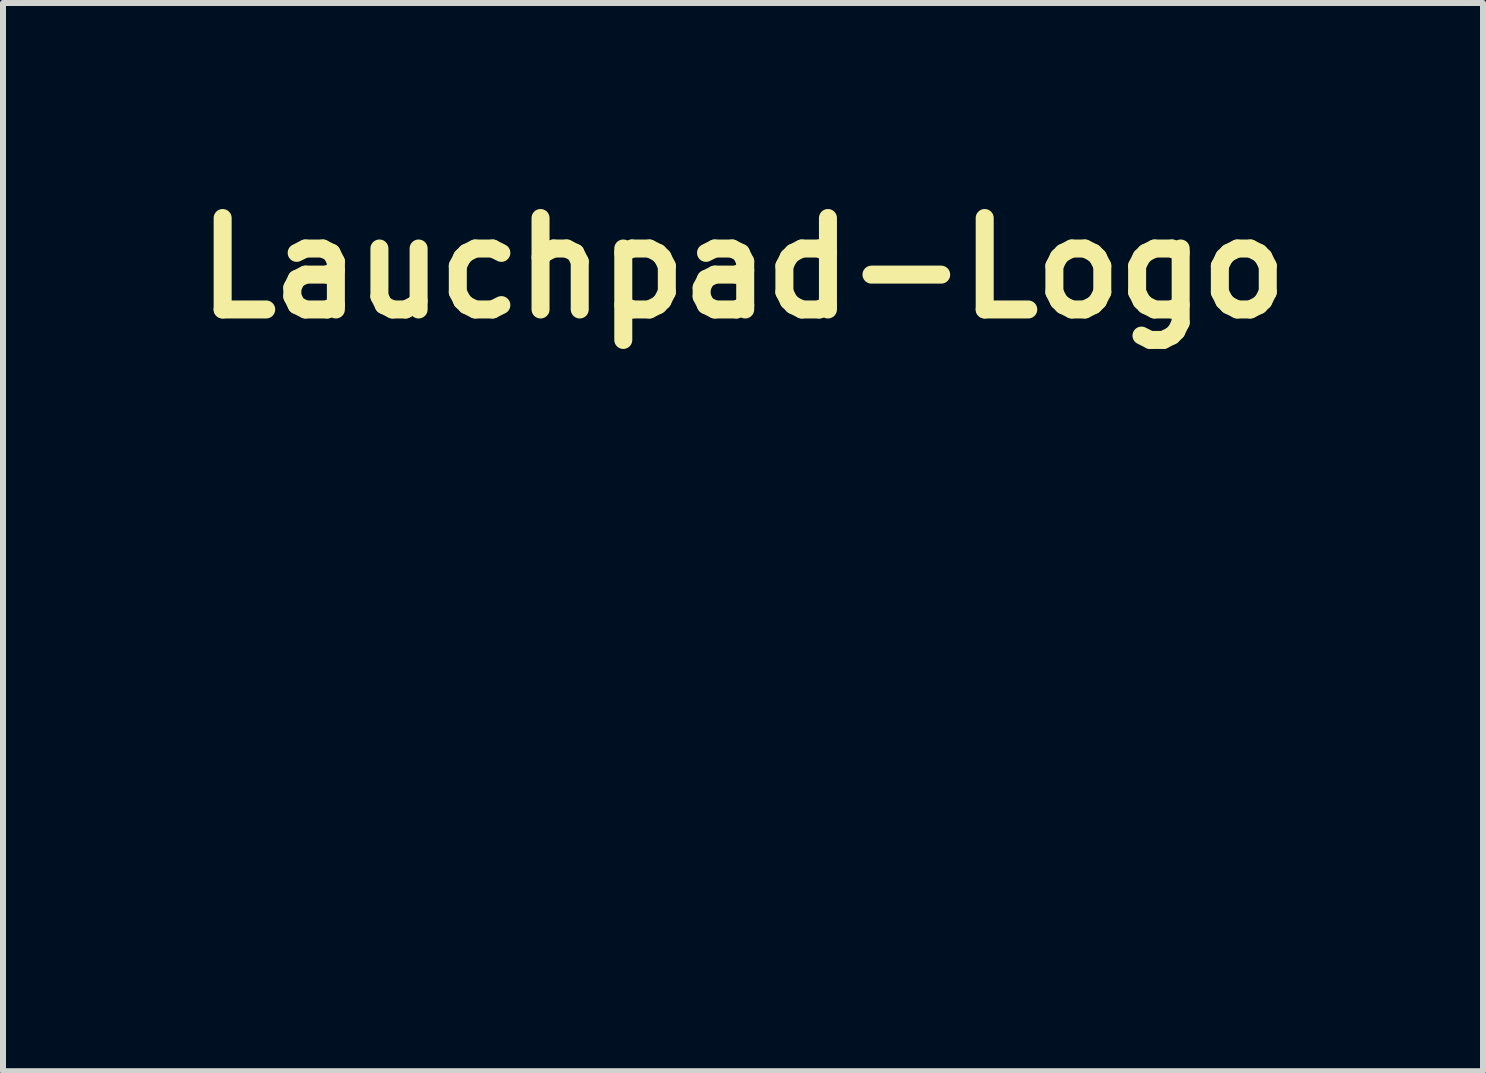
<source format=kicad_pcb>
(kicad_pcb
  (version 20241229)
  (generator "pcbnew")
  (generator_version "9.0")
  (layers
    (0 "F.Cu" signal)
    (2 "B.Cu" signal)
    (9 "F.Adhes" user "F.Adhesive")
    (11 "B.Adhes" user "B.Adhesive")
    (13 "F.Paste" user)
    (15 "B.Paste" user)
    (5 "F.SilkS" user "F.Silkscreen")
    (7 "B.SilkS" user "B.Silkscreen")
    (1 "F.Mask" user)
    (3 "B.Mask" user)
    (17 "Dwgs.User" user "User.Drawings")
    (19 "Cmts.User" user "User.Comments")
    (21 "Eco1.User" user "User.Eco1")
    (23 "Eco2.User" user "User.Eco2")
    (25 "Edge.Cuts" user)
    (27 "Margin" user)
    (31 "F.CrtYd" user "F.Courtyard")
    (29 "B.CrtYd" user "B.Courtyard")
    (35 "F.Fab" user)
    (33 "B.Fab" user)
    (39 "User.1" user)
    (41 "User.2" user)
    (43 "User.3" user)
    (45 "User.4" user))
  (footprint "Lauchpad-Logo"
    (layer "F.Cu")
    (at 9.133 6.718)
    (property "Reference" "Lauchpad-Logo" (at 0.2 -5.3 0) (layer "F.SilkS") (effects (font (size 1.524 1.524) (thickness 0.3))))
    (attr exclude_from_pos_files exclude_from_bom)
    (fp_poly (pts (xy 0.1 0.693) (xy 0.313 0.856) (xy 0.518 1.045) (xy 1.053 1.526) (xy 1.624 1.956) (xy 2.274 2.366) (xy 2.986 2.756) (xy 3.348 2.95) (xy 3.643 3.119) (xy 3.844 3.248) (xy 3.925 3.322) (xy 3.924 3.329) (xy 3.873 3.368) (xy 3.804 3.375) (xy 3.683 3.338) (xy 3.477 3.248) (xy 3.154 3.095) (xy 3.13 3.084) (xy 2.564 2.784) (xy 1.964 2.418) (xy 1.376 2.016) (xy 0.849 1.611) (xy 0.427 1.236) (xy 0.394 1.202) (xy 0.135 0.918) (xy 0.004 0.732) (xy -0.005 0.655) (xy 0.1 0.693)) (stroke (width 0.01) (type solid)) (fill yes) (layer "B.Mask"))
    (fp_poly (pts (xy -0.343 -0.631) (xy -0.159 -0.571) (xy 0.123 -0.46) (xy 0.525 -0.292) (xy 0.897 -0.133) (xy 1.758 0.257) (xy 2.52 0.654) (xy 3.249 1.097) (xy 3.937 1.567) (xy 4.266 1.813) (xy 4.625 2.099) (xy 4.993 2.405) (xy 5.343 2.709) (xy 5.652 2.99) (xy 5.897 3.228) (xy 6.052 3.399) (xy 6.096 3.477) (xy 6.046 3.549) (xy 5.897 3.486) (xy 5.647 3.288) (xy 5.376 3.034) (xy 4.963 2.657) (xy 4.454 2.235) (xy 3.901 1.808) (xy 3.355 1.417) (xy 2.867 1.099) (xy 2.836 1.08) (xy 2.393 0.83) (xy 1.864 0.555) (xy 1.3 0.278) (xy 0.752 0.025) (xy 0.27 -0.18) (xy 0.05 -0.264) (xy -0.227 -0.378) (xy -0.426 -0.489) (xy -0.508 -0.573) (xy -0.508 -0.576) (xy -0.497 -0.628) (xy -0.448 -0.648) (xy -0.343 -0.631)) (stroke (width 0.01) (type solid)) (fill yes) (layer "B.Mask"))
    (fp_poly (pts (xy 1.207 -0.726) (xy 1.564 -0.626) (xy 1.986 -0.478) (xy 2.433 -0.295) (xy 2.833 -0.109) (xy 4.038 0.582) (xy 5.196 1.419) (xy 6.28 2.379) (xy 7.265 3.439) (xy 7.915 4.276) (xy 8.14 4.601) (xy 8.268 4.814) (xy 8.306 4.934) (xy 8.266 4.98) (xy 8.093 4.977) (xy 7.798 4.934) (xy 7.421 4.86) (xy 7.004 4.763) (xy 6.585 4.653) (xy 6.206 4.538) (xy 6.162 4.523) (xy 5.831 4.411) (xy 5.633 4.349) (xy 5.541 4.335) (xy 5.528 4.369) (xy 5.566 4.446) (xy 5.585 4.482) (xy 5.646 4.661) (xy 5.671 4.863) (xy 5.656 5.023) (xy 5.609 5.079) (xy 5.509 5.053) (xy 5.281 4.982) (xy 4.959 4.878) (xy 4.576 4.751) (xy 4.545 4.741) (xy 3.576 4.371) (xy 2.637 3.931) (xy 1.779 3.445) (xy 1.196 3.049) (xy 0.951 2.852) (xy 0.65 2.586) (xy 0.313 2.273) (xy -0.036 1.936) (xy -0.376 1.597) (xy -0.682 1.279) (xy -0.934 1.004) (xy -1.109 0.794) (xy -1.184 0.673) (xy -1.185 0.664) (xy -1.139 0.593) (xy -1.002 0.663) (xy -0.774 0.872) (xy -0.458 1.22) (xy -0.431 1.252) (xy 0.409 2.119) (xy 1.362 2.901) (xy 2.388 3.57) (xy 3.397 4.075) (xy 3.834 4.254) (xy 4.268 4.418) (xy 4.669 4.559) (xy 5.01 4.666) (xy 5.264 4.732) (xy 5.402 4.746) (xy 5.419 4.733) (xy 5.383 4.612) (xy 5.293 4.406) (xy 5.25 4.319) (xy 5.163 4.11) (xy 5.142 3.968) (xy 5.156 3.942) (xy 5.267 3.95) (xy 5.48 4.018) (xy 5.699 4.11) (xy 5.947 4.209) (xy 6.28 4.322) (xy 6.659 4.438) (xy 7.046 4.547) (xy 7.402 4.638) (xy 7.689 4.7) (xy 7.867 4.723) (xy 7.898 4.719) (xy 7.901 4.642) (xy 7.801 4.463) (xy 7.612 4.201) (xy 7.349 3.875) (xy 7.027 3.503) (xy 6.662 3.104) (xy 6.268 2.696) (xy 6.191 2.619) (xy 5.268 1.769) (xy 4.322 1.029) (xy 3.371 0.41) (xy 2.433 -0.075) (xy 1.527 -0.416) (xy 1.206 -0.503) (xy 0.94 -0.584) (xy 0.791 -0.663) (xy 0.772 -0.727) (xy 0.897 -0.76) (xy 0.96 -0.762) (xy 1.207 -0.726)) (stroke (width 0.01) (type solid)) (fill yes) (layer "B.Mask"))
    (fp_poly (pts (xy -7.451 -5.053) (xy -6.93 -4.965) (xy -6.307 -4.788) (xy -5.615 -4.533) (xy -4.885 -4.215) (xy -4.149 -3.846) (xy -3.44 -3.439) (xy -3.306 -3.356) (xy -3.018 -3.179) (xy -2.805 -3.077) (xy -2.603 -3.032) (xy -2.347 -3.026) (xy -2.115 -3.035) (xy -1.654 -3.034) (xy -1.269 -2.975) (xy -0.993 -2.893) (xy -0.681 -2.761) (xy -0.335 -2.581) (xy 0.015 -2.371) (xy 0.343 -2.151) (xy 0.621 -1.939) (xy 0.822 -1.755) (xy 0.92 -1.618) (xy 0.913 -1.562) (xy 0.812 -1.553) (xy 0.594 -1.573) (xy 0.319 -1.617) (xy -0.094 -1.676) (xy -0.391 -1.664) (xy -0.612 -1.566) (xy -0.802 -1.368) (xy -0.924 -1.184) (xy -1.065 -0.944) (xy -1.16 -0.76) (xy -1.185 -0.686) (xy -1.119 -0.608) (xy -0.944 -0.468) (xy -0.695 -0.293) (xy -0.635 -0.254) (xy -0.374 -0.076) (xy -0.18 0.073) (xy -0.088 0.165) (xy -0.085 0.174) (xy -0.137 0.279) (xy -0.297 0.277) (xy -0.573 0.165) (xy -0.855 0.012) (xy -1.447 -0.33) (xy -1.739 0.127) (xy -1.894 0.401) (xy -2 0.649) (xy -2.032 0.793) (xy -1.977 0.973) (xy -1.829 1.228) (xy -1.651 1.468) (xy -1.464 1.705) (xy -1.328 1.888) (xy -1.27 1.981) (xy -1.27 1.984) (xy -1.338 2.034) (xy -1.537 1.993) (xy -1.854 1.864) (xy -2.232 1.676) (xy -2.78 1.345) (xy -3.263 0.973) (xy -3.661 0.58) (xy -3.953 0.188) (xy -4.119 -0.18) (xy -4.133 -0.275) (xy -3.961 -0.275) (xy -3.874 -0.075) (xy -3.721 0.178) (xy -3.527 0.446) (xy -3.314 0.693) (xy -3.201 0.803) (xy -2.978 0.986) (xy -2.705 1.186) (xy -2.414 1.382) (xy -2.135 1.556) (xy -1.901 1.687) (xy -1.743 1.755) (xy -1.693 1.747) (xy -1.741 1.669) (xy -1.863 1.505) (xy -1.947 1.397) (xy -2.113 1.115) (xy -2.199 0.812) (xy -2.198 0.542) (xy -2.116 0.371) (xy -2.13 0.298) (xy -2.308 0.205) (xy -2.518 0.132) (xy -2.889 0.004) (xy -3.285 -0.148) (xy -3.463 -0.223) (xy -3.713 -0.325) (xy -3.895 -0.383) (xy -3.96 -0.387) (xy -3.961 -0.275) (xy -4.133 -0.275) (xy -4.15 -0.387) (xy -4.211 -0.512) (xy -4.404 -0.676) (xy -4.739 -0.89) (xy -4.806 -0.929) (xy -5.439 -1.324) (xy -5.507 -1.372) (xy -4.741 -1.372) (xy -4.728 -1.257) (xy -4.669 -1.158) (xy -4.538 -1.052) (xy -4.308 -0.918) (xy -3.958 -0.738) (xy -3.401 -0.469) (xy -2.897 -0.253) (xy -2.474 -0.099) (xy -2.157 -0.017) (xy -2.063 -0.006) (xy -1.88 -0.071) (xy -1.745 -0.209) (xy -1.689 -0.29) (xy -1.657 -0.353) (xy -1.667 -0.413) (xy -1.737 -0.487) (xy -1.885 -0.59) (xy -2.129 -0.738) (xy -2.486 -0.945) (xy -2.836 -1.146) (xy -3.173 -1.342) (xy -3.453 -1.505) (xy -3.645 -1.619) (xy -3.718 -1.664) (xy -3.713 -1.752) (xy -3.656 -1.905) (xy -3.56 -2.117) (xy -2.487 -1.433) (xy -2.051 -1.16) (xy -1.736 -0.975) (xy -1.524 -0.871) (xy -1.397 -0.837) (xy -1.34 -0.861) (xy -1.229 -1.037) (xy -1.183 -1.172) (xy -1.217 -1.302) (xy -1.343 -1.465) (xy -1.574 -1.695) (xy -1.675 -1.793) (xy -2.03 -2.116) (xy -2.404 -2.427) (xy -2.768 -2.704) (xy -3.022 -2.879) (xy -2.476 -2.879) (xy -1.732 -2.177) (xy -0.988 -1.475) (xy -0.783 -1.68) (xy -0.654 -1.791) (xy -0.515 -1.847) (xy -0.312 -1.858) (xy -0.035 -1.841) (xy 0.243 -1.822) (xy 0.438 -1.815) (xy 0.508 -1.82) (xy 0.443 -1.874) (xy 0.269 -1.995) (xy 0.022 -2.159) (xy -0.036 -2.197) (xy -0.635 -2.545) (xy -1.178 -2.764) (xy -1.7 -2.867) (xy -1.959 -2.879) (xy -2.476 -2.879) (xy -3.022 -2.879) (xy -3.094 -2.928) (xy -3.353 -3.078) (xy -3.518 -3.133) (xy -3.518 -3.133) (xy -3.709 -3.06) (xy -3.937 -2.865) (xy -4.176 -2.585) (xy -4.401 -2.255) (xy -4.586 -1.911) (xy -4.707 -1.591) (xy -4.741 -1.372) (xy -5.507 -1.372) (xy -6.068 -1.767) (xy -6.668 -2.238) (xy -7.215 -2.716) (xy -7.684 -3.178) (xy -8.053 -3.605) (xy -8.295 -3.975) (xy -8.297 -3.979) (xy -8.438 -4.336) (xy -8.443 -4.492) (xy -8.192 -4.492) (xy -8.115 -4.196) (xy -7.897 -3.818) (xy -7.823 -3.713) (xy -7.67 -3.526) (xy -7.455 -3.29) (xy -7.211 -3.036) (xy -6.968 -2.796) (xy -6.757 -2.6) (xy -6.609 -2.479) (xy -6.562 -2.455) (xy -6.521 -2.528) (xy -6.449 -2.715) (xy -6.392 -2.88) (xy -6.216 -3.249) (xy -5.938 -3.64) (xy -5.833 -3.762) (xy -5.414 -4.22) (xy -5.902 -4.402) (xy -6.516 -4.609) (xy -7.061 -4.749) (xy -7.517 -4.818) (xy -7.867 -4.814) (xy -8.091 -4.734) (xy -8.127 -4.7) (xy -8.192 -4.492) (xy -8.443 -4.492) (xy -8.446 -4.613) (xy -8.319 -4.837) (xy -8.234 -4.914) (xy -8.081 -5.015) (xy -7.916 -5.063) (xy -7.68 -5.069) (xy -7.451 -5.053)) (stroke (width 0.01) (type solid)) (fill yes) (layer "B.Mask")))
  (gr_rect
    (start -3 -3)
    (end 21.665 14.802)
    (stroke (width 0.1) (type default))
    (fill no)
    (layer "Edge.Cuts")))
</source>
